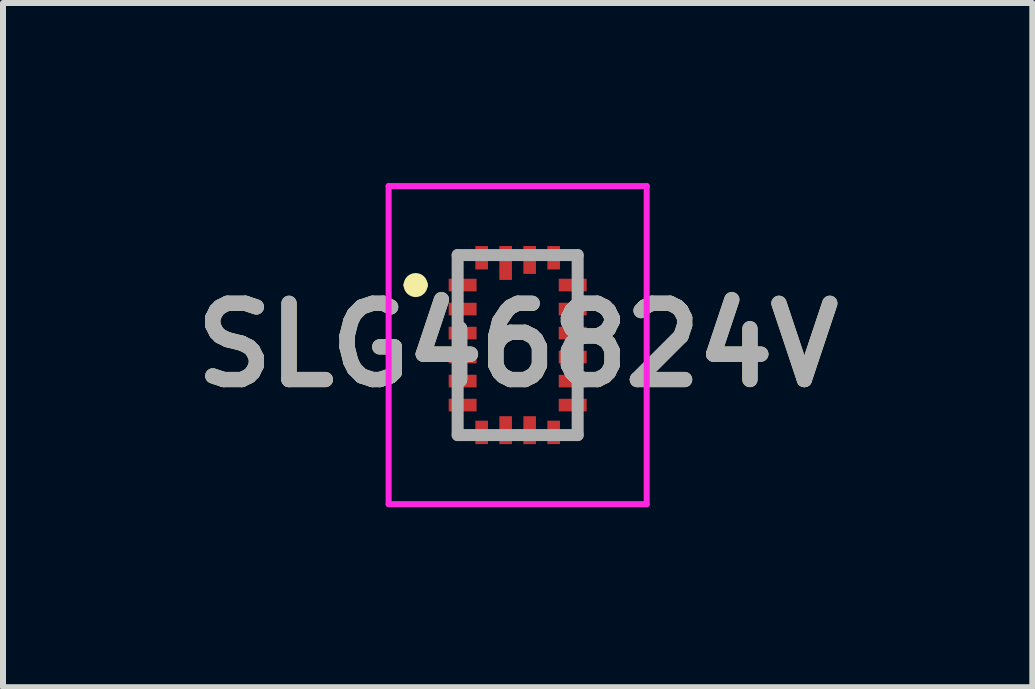
<source format=kicad_pcb>
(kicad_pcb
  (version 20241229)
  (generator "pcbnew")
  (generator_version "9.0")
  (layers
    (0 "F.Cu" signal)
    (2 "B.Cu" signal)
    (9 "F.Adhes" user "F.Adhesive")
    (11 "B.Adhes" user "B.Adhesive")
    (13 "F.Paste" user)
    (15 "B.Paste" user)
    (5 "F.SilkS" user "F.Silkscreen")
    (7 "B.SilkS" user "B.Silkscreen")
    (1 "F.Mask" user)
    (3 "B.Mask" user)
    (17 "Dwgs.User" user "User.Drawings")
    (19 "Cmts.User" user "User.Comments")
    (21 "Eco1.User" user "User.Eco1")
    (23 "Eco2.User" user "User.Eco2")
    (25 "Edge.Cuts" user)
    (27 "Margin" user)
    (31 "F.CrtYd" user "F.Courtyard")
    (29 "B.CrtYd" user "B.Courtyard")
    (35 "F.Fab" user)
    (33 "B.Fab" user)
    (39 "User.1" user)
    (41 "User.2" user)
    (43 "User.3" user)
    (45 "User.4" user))
  (footprint "SLG46824V"
    (layer "F.Cu")
    (at 5.576 2.7)
    (property "Reference" "SLG46824V" (at 0 0 0) (layer "F.SilkS") (effects (font (size 1.27 1.27) (thickness 0.254))))
    (attr smd)
    (fp_line (start -1.8 -1) (end -1.8 -1) (stroke (width 0.2) (type solid)) (layer "F.SilkS"))
    (fp_line (start -1.6 -1) (end -1.6 -1) (stroke (width 0.2) (type solid)) (layer "F.SilkS"))
    (fp_arc (start -1.8 -1) (mid -1.7 -1.1) (end -1.6 -1) (stroke (width 0.2) (type solid)) (layer "F.SilkS"))
    (fp_arc (start -1.6 -1) (mid -1.7 -0.9) (end -1.8 -1) (stroke (width 0.2) (type solid)) (layer "F.SilkS"))
    (fp_line (start -2.15 -2.65) (end 2.15 -2.65) (stroke (width 0.1) (type solid)) (layer "F.CrtYd"))
    (fp_line (start -2.15 2.651) (end -2.15 -2.65) (stroke (width 0.1) (type solid)) (layer "F.CrtYd"))
    (fp_line (start 2.15 -2.65) (end 2.15 2.651) (stroke (width 0.1) (type solid)) (layer "F.CrtYd"))
    (fp_line (start 2.15 2.651) (end -2.15 2.651) (stroke (width 0.1) (type solid)) (layer "F.CrtYd"))
    (fp_line (start -1 -1.5) (end 1 -1.5) (stroke (width 0.2) (type solid)) (layer "F.Fab"))
    (fp_line (start -1 1.5) (end -1 -1.5) (stroke (width 0.2) (type solid)) (layer "F.Fab"))
    (fp_line (start 1 -1.5) (end 1 1.5) (stroke (width 0.2) (type solid)) (layer "F.Fab"))
    (fp_line (start 1 1.5) (end -1 1.5) (stroke (width 0.2) (type solid)) (layer "F.Fab"))
    (fp_text user "${REFERENCE}" (at 0 0 0) (layer "F.Fab") (effects (font (size 1.27 1.27) (thickness 0.254))))
    (pad "1" smd rect (at -0.917 -1 90) (size 0.21 0.465) (layers "F.Cu" "F.Mask" "F.Paste"))
    (pad "2" smd rect (at -0.917 -0.6 90) (size 0.21 0.465) (layers "F.Cu" "F.Mask" "F.Paste"))
    (pad "3" smd rect (at -0.917 -0.2 90) (size 0.21 0.465) (layers "F.Cu" "F.Mask" "F.Paste"))
    (pad "4" smd rect (at -0.917 0.2 90) (size 0.21 0.465) (layers "F.Cu" "F.Mask" "F.Paste"))
    (pad "5" smd rect (at -0.917 0.6 90) (size 0.21 0.465) (layers "F.Cu" "F.Mask" "F.Paste"))
    (pad "6" smd rect (at -0.917 1 90) (size 0.21 0.465) (layers "F.Cu" "F.Mask" "F.Paste"))
    (pad "7" smd rect (at -0.6 1.455) (size 0.21 0.39) (layers "F.Cu" "F.Mask" "F.Paste"))
    (pad "8" smd rect (at -0.2 1.418) (size 0.21 0.465) (layers "F.Cu" "F.Mask" "F.Paste"))
    (pad "9" smd rect (at 0.2 1.418) (size 0.21 0.465) (layers "F.Cu" "F.Mask" "F.Paste"))
    (pad "10" smd rect (at 0.6 1.455) (size 0.21 0.39) (layers "F.Cu" "F.Mask" "F.Paste"))
    (pad "11" smd rect (at 0.917 1 90) (size 0.21 0.465) (layers "F.Cu" "F.Mask" "F.Paste"))
    (pad "12" smd rect (at 0.917 0.6 90) (size 0.21 0.465) (layers "F.Cu" "F.Mask" "F.Paste"))
    (pad "13" smd rect (at 0.917 0.2 90) (size 0.21 0.465) (layers "F.Cu" "F.Mask" "F.Paste"))
    (pad "14" smd rect (at 0.917 -0.2 90) (size 0.21 0.465) (layers "F.Cu" "F.Mask" "F.Paste"))
    (pad "15" smd rect (at 0.917 -0.6 90) (size 0.21 0.465) (layers "F.Cu" "F.Mask" "F.Paste"))
    (pad "16" smd rect (at 0.917 -1 90) (size 0.21 0.465) (layers "F.Cu" "F.Mask" "F.Paste"))
    (pad "17" smd rect (at 0.6 -1.455) (size 0.21 0.39) (layers "F.Cu" "F.Mask" "F.Paste"))
    (pad "18" smd rect (at 0.2 -1.418) (size 0.21 0.465) (layers "F.Cu" "F.Mask" "F.Paste"))
    (pad "19" smd rect (at -0.2 -1.368) (size 0.21 0.565) (layers "F.Cu" "F.Mask" "F.Paste"))
    (pad "20" smd rect (at -0.6 -1.455) (size 0.21 0.39) (layers "F.Cu" "F.Mask" "F.Paste")))
  (gr_rect
    (start -3 -3)
    (end 14.152 8.401)
    (stroke (width 0.1) (type default))
    (fill no)
    (layer "Edge.Cuts")))
</source>
